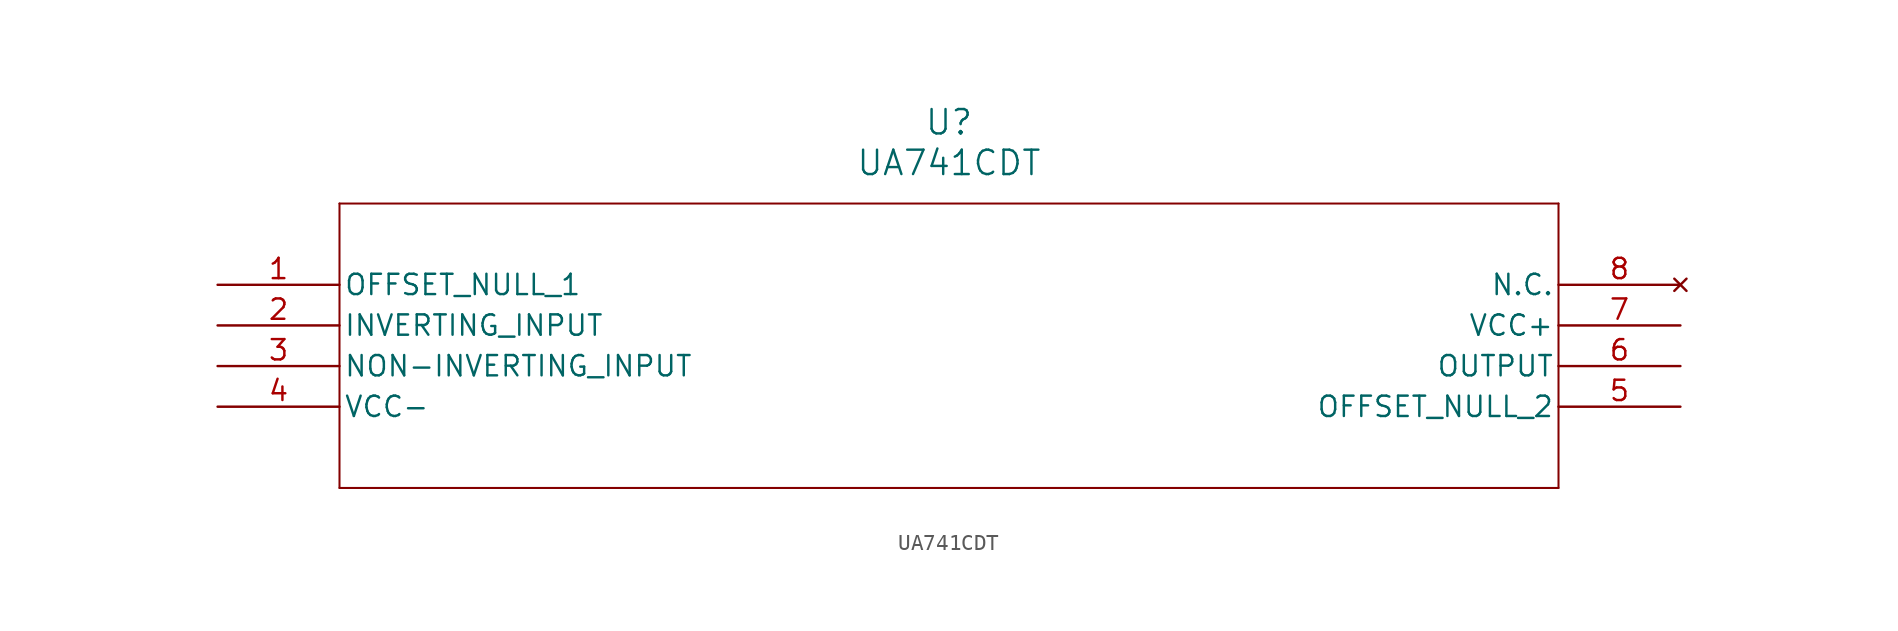
<source format=kicad_sym>
(kicad_symbol_lib
  (version 20211014)
  (generator kicad_symbol_editor)
  (symbol "UA741CDT"
    (pin_names
      (offset 0.254))
    (property "Reference" "U"
      (at 45.72 10.16 0)
      (effects (font (size 1.524 1.524))))
    (property "Value" "UA741CDT"
      (at 45.72 7.62 0)
      (effects (font (size 1.524 1.524))))
    (symbol "UA741CDT_0_1"
      (polyline (pts (xy 7.62 5.08) (xy 7.62 -12.7)) (stroke (width 0.127) (type default) (color 0 0 0 0)) (fill (type none)))
      (polyline (pts (xy 7.62 -12.7) (xy 83.82 -12.7)) (stroke (width 0.127) (type default) (color 0 0 0 0)) (fill (type none)))
      (polyline (pts (xy 83.82 -12.7) (xy 83.82 5.08)) (stroke (width 0.127) (type default) (color 0 0 0 0)) (fill (type none)))
      (polyline (pts (xy 83.82 5.08) (xy 7.62 5.08)) (stroke (width 0.127) (type default) (color 0 0 0 0)) (fill (type none)))
      (pin bidirectional line (at 0 0 0) (length 7.62) (name "OFFSET NULL 1" (effects (font (size 1.27 1.27)))) (number "1" (effects (font (size 1.27 1.27)))))
      (pin input line (at 0 -2.54 0) (length 7.62) (name "INVERTING INPUT" (effects (font (size 1.27 1.27)))) (number "2" (effects (font (size 1.27 1.27)))))
      (pin input line (at 0 -5.08 0) (length 7.62) (name "NON-INVERTING INPUT" (effects (font (size 1.27 1.27)))) (number "3" (effects (font (size 1.27 1.27)))))
      (pin power_in line (at 0 -7.62 0) (length 7.62) (name "VCC-" (effects (font (size 1.27 1.27)))) (number "4" (effects (font (size 1.27 1.27)))))
      (pin bidirectional line (at 91.44 -7.62 180) (length 7.62) (name "OFFSET NULL 2" (effects (font (size 1.27 1.27)))) (number "5" (effects (font (size 1.27 1.27)))))
      (pin output line (at 91.44 -5.08 180) (length 7.62) (name "OUTPUT" (effects (font (size 1.27 1.27)))) (number "6" (effects (font (size 1.27 1.27)))))
      (pin power_in line (at 91.44 -2.54 180) (length 7.62) (name "VCC+" (effects (font (size 1.27 1.27)))) (number "7" (effects (font (size 1.27 1.27)))))
      (pin no_connect line (at 91.44 0 180) (length 7.62) (name "N.C." (effects (font (size 1.27 1.27)))) (number "8" (effects (font (size 1.27 1.27))))))))
</source>
